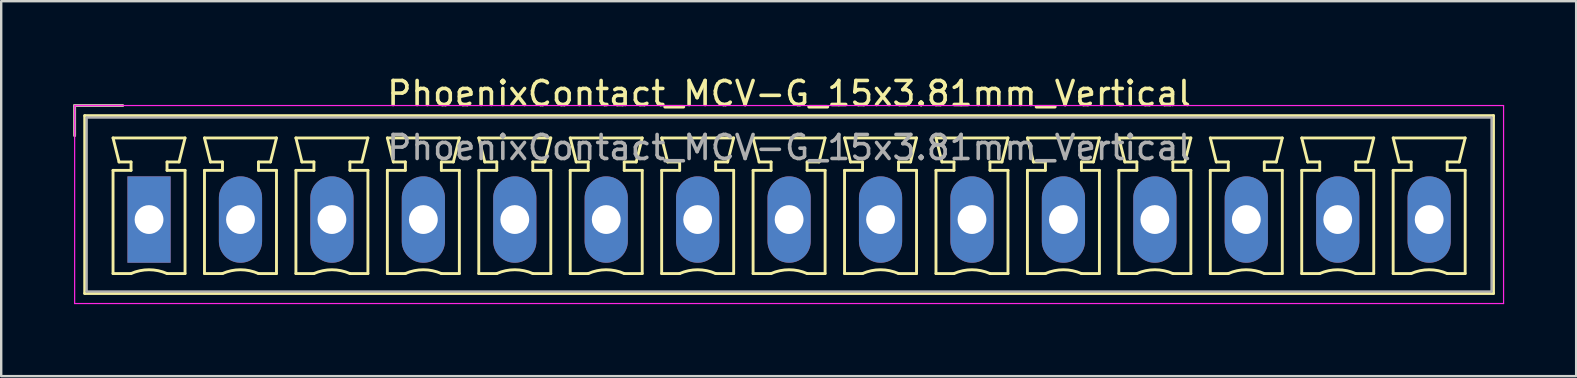
<source format=kicad_pcb>
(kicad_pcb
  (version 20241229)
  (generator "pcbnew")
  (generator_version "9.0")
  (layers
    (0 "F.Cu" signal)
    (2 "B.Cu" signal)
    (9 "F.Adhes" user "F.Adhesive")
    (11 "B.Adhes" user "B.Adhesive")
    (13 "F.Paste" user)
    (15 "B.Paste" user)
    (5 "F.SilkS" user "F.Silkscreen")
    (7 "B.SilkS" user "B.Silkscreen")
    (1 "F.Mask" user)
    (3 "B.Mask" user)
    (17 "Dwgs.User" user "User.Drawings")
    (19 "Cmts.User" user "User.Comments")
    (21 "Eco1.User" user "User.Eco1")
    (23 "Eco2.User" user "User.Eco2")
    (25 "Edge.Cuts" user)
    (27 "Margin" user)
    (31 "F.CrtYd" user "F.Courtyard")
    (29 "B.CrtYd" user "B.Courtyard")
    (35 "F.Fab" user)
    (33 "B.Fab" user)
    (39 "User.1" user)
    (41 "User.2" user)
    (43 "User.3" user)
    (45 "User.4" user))
  (footprint "PhoenixContact_MCV-G_15x3.81mm_Vertical"
    (layer "F.Cu")
    (at 3.16 6.098)
    (property "Reference" "PhoenixContact_MCV-G_15x3.81mm_Vertical" (at 26.67 -5.25 0) (layer "F.SilkS") (effects (font (size 1 1) (thickness 0.15))))
    (attr through_hole)
    (fp_line (start -3.1 -4.75) (end -1.1 -4.75) (stroke (width 0.12) (type solid)) (layer "F.SilkS"))
    (fp_line (start -3.1 -3.5) (end -3.1 -4.75) (stroke (width 0.12) (type solid)) (layer "F.SilkS"))
    (fp_line (start -2.68 -4.33) (end -2.68 3.08) (stroke (width 0.12) (type solid)) (layer "F.SilkS"))
    (fp_line (start -2.68 3.08) (end 56.02 3.08) (stroke (width 0.12) (type solid)) (layer "F.SilkS"))
    (fp_line (start -1.5 -3.4) (end 1.5 -3.4) (stroke (width 0.12) (type solid)) (layer "F.SilkS"))
    (fp_line (start -1.5 -2.05) (end -0.75 -2.05) (stroke (width 0.12) (type solid)) (layer "F.SilkS"))
    (fp_line (start -1.5 2.25) (end -1.5 -2.05) (stroke (width 0.12) (type solid)) (layer "F.SilkS"))
    (fp_line (start -1.25 -2.4) (end -1.5 -3.4) (stroke (width 0.12) (type solid)) (layer "F.SilkS"))
    (fp_line (start -0.75 -2.4) (end -1.25 -2.4) (stroke (width 0.12) (type solid)) (layer "F.SilkS"))
    (fp_line (start -0.75 -2.05) (end -0.75 -2.4) (stroke (width 0.12) (type solid)) (layer "F.SilkS"))
    (fp_line (start -0.75 2.25) (end -1.5 2.25) (stroke (width 0.12) (type solid)) (layer "F.SilkS"))
    (fp_line (start 0.75 -2.4) (end 0.75 -2.05) (stroke (width 0.12) (type solid)) (layer "F.SilkS"))
    (fp_line (start 0.75 -2.05) (end 1.5 -2.05) (stroke (width 0.12) (type solid)) (layer "F.SilkS"))
    (fp_line (start 1.25 -2.4) (end 0.75 -2.4) (stroke (width 0.12) (type solid)) (layer "F.SilkS"))
    (fp_line (start 1.5 -3.4) (end 1.25 -2.4) (stroke (width 0.12) (type solid)) (layer "F.SilkS"))
    (fp_line (start 1.5 -2.05) (end 1.5 2.25) (stroke (width 0.12) (type solid)) (layer "F.SilkS"))
    (fp_line (start 1.5 2.25) (end 0.75 2.25) (stroke (width 0.12) (type solid)) (layer "F.SilkS"))
    (fp_line (start 2.31 -3.4) (end 5.31 -3.4) (stroke (width 0.12) (type solid)) (layer "F.SilkS"))
    (fp_line (start 2.31 -2.05) (end 3.06 -2.05) (stroke (width 0.12) (type solid)) (layer "F.SilkS"))
    (fp_line (start 2.31 2.25) (end 2.31 -2.05) (stroke (width 0.12) (type solid)) (layer "F.SilkS"))
    (fp_line (start 2.56 -2.4) (end 2.31 -3.4) (stroke (width 0.12) (type solid)) (layer "F.SilkS"))
    (fp_line (start 3.06 -2.4) (end 2.56 -2.4) (stroke (width 0.12) (type solid)) (layer "F.SilkS"))
    (fp_line (start 3.06 -2.05) (end 3.06 -2.4) (stroke (width 0.12) (type solid)) (layer "F.SilkS"))
    (fp_line (start 3.06 2.25) (end 2.31 2.25) (stroke (width 0.12) (type solid)) (layer "F.SilkS"))
    (fp_line (start 4.56 -2.4) (end 4.56 -2.05) (stroke (width 0.12) (type solid)) (layer "F.SilkS"))
    (fp_line (start 4.56 -2.05) (end 5.31 -2.05) (stroke (width 0.12) (type solid)) (layer "F.SilkS"))
    (fp_line (start 5.06 -2.4) (end 4.56 -2.4) (stroke (width 0.12) (type solid)) (layer "F.SilkS"))
    (fp_line (start 5.31 -3.4) (end 5.06 -2.4) (stroke (width 0.12) (type solid)) (layer "F.SilkS"))
    (fp_line (start 5.31 -2.05) (end 5.31 2.25) (stroke (width 0.12) (type solid)) (layer "F.SilkS"))
    (fp_line (start 5.31 2.25) (end 4.56 2.25) (stroke (width 0.12) (type solid)) (layer "F.SilkS"))
    (fp_line (start 6.12 -3.4) (end 9.12 -3.4) (stroke (width 0.12) (type solid)) (layer "F.SilkS"))
    (fp_line (start 6.12 -2.05) (end 6.87 -2.05) (stroke (width 0.12) (type solid)) (layer "F.SilkS"))
    (fp_line (start 6.12 2.25) (end 6.12 -2.05) (stroke (width 0.12) (type solid)) (layer "F.SilkS"))
    (fp_line (start 6.37 -2.4) (end 6.12 -3.4) (stroke (width 0.12) (type solid)) (layer "F.SilkS"))
    (fp_line (start 6.87 -2.4) (end 6.37 -2.4) (stroke (width 0.12) (type solid)) (layer "F.SilkS"))
    (fp_line (start 6.87 -2.05) (end 6.87 -2.4) (stroke (width 0.12) (type solid)) (layer "F.SilkS"))
    (fp_line (start 6.87 2.25) (end 6.12 2.25) (stroke (width 0.12) (type solid)) (layer "F.SilkS"))
    (fp_line (start 8.37 -2.4) (end 8.37 -2.05) (stroke (width 0.12) (type solid)) (layer "F.SilkS"))
    (fp_line (start 8.37 -2.05) (end 9.12 -2.05) (stroke (width 0.12) (type solid)) (layer "F.SilkS"))
    (fp_line (start 8.87 -2.4) (end 8.37 -2.4) (stroke (width 0.12) (type solid)) (layer "F.SilkS"))
    (fp_line (start 9.12 -3.4) (end 8.87 -2.4) (stroke (width 0.12) (type solid)) (layer "F.SilkS"))
    (fp_line (start 9.12 -2.05) (end 9.12 2.25) (stroke (width 0.12) (type solid)) (layer "F.SilkS"))
    (fp_line (start 9.12 2.25) (end 8.37 2.25) (stroke (width 0.12) (type solid)) (layer "F.SilkS"))
    (fp_line (start 9.93 -3.4) (end 12.93 -3.4) (stroke (width 0.12) (type solid)) (layer "F.SilkS"))
    (fp_line (start 9.93 -2.05) (end 10.68 -2.05) (stroke (width 0.12) (type solid)) (layer "F.SilkS"))
    (fp_line (start 9.93 2.25) (end 9.93 -2.05) (stroke (width 0.12) (type solid)) (layer "F.SilkS"))
    (fp_line (start 10.18 -2.4) (end 9.93 -3.4) (stroke (width 0.12) (type solid)) (layer "F.SilkS"))
    (fp_line (start 10.68 -2.4) (end 10.18 -2.4) (stroke (width 0.12) (type solid)) (layer "F.SilkS"))
    (fp_line (start 10.68 -2.05) (end 10.68 -2.4) (stroke (width 0.12) (type solid)) (layer "F.SilkS"))
    (fp_line (start 10.68 2.25) (end 9.93 2.25) (stroke (width 0.12) (type solid)) (layer "F.SilkS"))
    (fp_line (start 12.18 -2.4) (end 12.18 -2.05) (stroke (width 0.12) (type solid)) (layer "F.SilkS"))
    (fp_line (start 12.18 -2.05) (end 12.93 -2.05) (stroke (width 0.12) (type solid)) (layer "F.SilkS"))
    (fp_line (start 12.68 -2.4) (end 12.18 -2.4) (stroke (width 0.12) (type solid)) (layer "F.SilkS"))
    (fp_line (start 12.93 -3.4) (end 12.68 -2.4) (stroke (width 0.12) (type solid)) (layer "F.SilkS"))
    (fp_line (start 12.93 -2.05) (end 12.93 2.25) (stroke (width 0.12) (type solid)) (layer "F.SilkS"))
    (fp_line (start 12.93 2.25) (end 12.18 2.25) (stroke (width 0.12) (type solid)) (layer "F.SilkS"))
    (fp_line (start 13.74 -3.4) (end 16.74 -3.4) (stroke (width 0.12) (type solid)) (layer "F.SilkS"))
    (fp_line (start 13.74 -2.05) (end 14.49 -2.05) (stroke (width 0.12) (type solid)) (layer "F.SilkS"))
    (fp_line (start 13.74 2.25) (end 13.74 -2.05) (stroke (width 0.12) (type solid)) (layer "F.SilkS"))
    (fp_line (start 13.99 -2.4) (end 13.74 -3.4) (stroke (width 0.12) (type solid)) (layer "F.SilkS"))
    (fp_line (start 14.49 -2.4) (end 13.99 -2.4) (stroke (width 0.12) (type solid)) (layer "F.SilkS"))
    (fp_line (start 14.49 -2.05) (end 14.49 -2.4) (stroke (width 0.12) (type solid)) (layer "F.SilkS"))
    (fp_line (start 14.49 2.25) (end 13.74 2.25) (stroke (width 0.12) (type solid)) (layer "F.SilkS"))
    (fp_line (start 15.99 -2.4) (end 15.99 -2.05) (stroke (width 0.12) (type solid)) (layer "F.SilkS"))
    (fp_line (start 15.99 -2.05) (end 16.74 -2.05) (stroke (width 0.12) (type solid)) (layer "F.SilkS"))
    (fp_line (start 16.49 -2.4) (end 15.99 -2.4) (stroke (width 0.12) (type solid)) (layer "F.SilkS"))
    (fp_line (start 16.74 -3.4) (end 16.49 -2.4) (stroke (width 0.12) (type solid)) (layer "F.SilkS"))
    (fp_line (start 16.74 -2.05) (end 16.74 2.25) (stroke (width 0.12) (type solid)) (layer "F.SilkS"))
    (fp_line (start 16.74 2.25) (end 15.99 2.25) (stroke (width 0.12) (type solid)) (layer "F.SilkS"))
    (fp_line (start 17.55 -3.4) (end 20.55 -3.4) (stroke (width 0.12) (type solid)) (layer "F.SilkS"))
    (fp_line (start 17.55 -2.05) (end 18.3 -2.05) (stroke (width 0.12) (type solid)) (layer "F.SilkS"))
    (fp_line (start 17.55 2.25) (end 17.55 -2.05) (stroke (width 0.12) (type solid)) (layer "F.SilkS"))
    (fp_line (start 17.8 -2.4) (end 17.55 -3.4) (stroke (width 0.12) (type solid)) (layer "F.SilkS"))
    (fp_line (start 18.3 -2.4) (end 17.8 -2.4) (stroke (width 0.12) (type solid)) (layer "F.SilkS"))
    (fp_line (start 18.3 -2.05) (end 18.3 -2.4) (stroke (width 0.12) (type solid)) (layer "F.SilkS"))
    (fp_line (start 18.3 2.25) (end 17.55 2.25) (stroke (width 0.12) (type solid)) (layer "F.SilkS"))
    (fp_line (start 19.8 -2.4) (end 19.8 -2.05) (stroke (width 0.12) (type solid)) (layer "F.SilkS"))
    (fp_line (start 19.8 -2.05) (end 20.55 -2.05) (stroke (width 0.12) (type solid)) (layer "F.SilkS"))
    (fp_line (start 20.3 -2.4) (end 19.8 -2.4) (stroke (width 0.12) (type solid)) (layer "F.SilkS"))
    (fp_line (start 20.55 -3.4) (end 20.3 -2.4) (stroke (width 0.12) (type solid)) (layer "F.SilkS"))
    (fp_line (start 20.55 -2.05) (end 20.55 2.25) (stroke (width 0.12) (type solid)) (layer "F.SilkS"))
    (fp_line (start 20.55 2.25) (end 19.8 2.25) (stroke (width 0.12) (type solid)) (layer "F.SilkS"))
    (fp_line (start 21.36 -3.4) (end 24.36 -3.4) (stroke (width 0.12) (type solid)) (layer "F.SilkS"))
    (fp_line (start 21.36 -2.05) (end 22.11 -2.05) (stroke (width 0.12) (type solid)) (layer "F.SilkS"))
    (fp_line (start 21.36 2.25) (end 21.36 -2.05) (stroke (width 0.12) (type solid)) (layer "F.SilkS"))
    (fp_line (start 21.61 -2.4) (end 21.36 -3.4) (stroke (width 0.12) (type solid)) (layer "F.SilkS"))
    (fp_line (start 22.11 -2.4) (end 21.61 -2.4) (stroke (width 0.12) (type solid)) (layer "F.SilkS"))
    (fp_line (start 22.11 -2.05) (end 22.11 -2.4) (stroke (width 0.12) (type solid)) (layer "F.SilkS"))
    (fp_line (start 22.11 2.25) (end 21.36 2.25) (stroke (width 0.12) (type solid)) (layer "F.SilkS"))
    (fp_line (start 23.61 -2.4) (end 23.61 -2.05) (stroke (width 0.12) (type solid)) (layer "F.SilkS"))
    (fp_line (start 23.61 -2.05) (end 24.36 -2.05) (stroke (width 0.12) (type solid)) (layer "F.SilkS"))
    (fp_line (start 24.11 -2.4) (end 23.61 -2.4) (stroke (width 0.12) (type solid)) (layer "F.SilkS"))
    (fp_line (start 24.36 -3.4) (end 24.11 -2.4) (stroke (width 0.12) (type solid)) (layer "F.SilkS"))
    (fp_line (start 24.36 -2.05) (end 24.36 2.25) (stroke (width 0.12) (type solid)) (layer "F.SilkS"))
    (fp_line (start 24.36 2.25) (end 23.61 2.25) (stroke (width 0.12) (type solid)) (layer "F.SilkS"))
    (fp_line (start 25.17 -3.4) (end 28.17 -3.4) (stroke (width 0.12) (type solid)) (layer "F.SilkS"))
    (fp_line (start 25.17 -2.05) (end 25.92 -2.05) (stroke (width 0.12) (type solid)) (layer "F.SilkS"))
    (fp_line (start 25.17 2.25) (end 25.17 -2.05) (stroke (width 0.12) (type solid)) (layer "F.SilkS"))
    (fp_line (start 25.42 -2.4) (end 25.17 -3.4) (stroke (width 0.12) (type solid)) (layer "F.SilkS"))
    (fp_line (start 25.92 -2.4) (end 25.42 -2.4) (stroke (width 0.12) (type solid)) (layer "F.SilkS"))
    (fp_line (start 25.92 -2.05) (end 25.92 -2.4) (stroke (width 0.12) (type solid)) (layer "F.SilkS"))
    (fp_line (start 25.92 2.25) (end 25.17 2.25) (stroke (width 0.12) (type solid)) (layer "F.SilkS"))
    (fp_line (start 27.42 -2.4) (end 27.42 -2.05) (stroke (width 0.12) (type solid)) (layer "F.SilkS"))
    (fp_line (start 27.42 -2.05) (end 28.17 -2.05) (stroke (width 0.12) (type solid)) (layer "F.SilkS"))
    (fp_line (start 27.92 -2.4) (end 27.42 -2.4) (stroke (width 0.12) (type solid)) (layer "F.SilkS"))
    (fp_line (start 28.17 -3.4) (end 27.92 -2.4) (stroke (width 0.12) (type solid)) (layer "F.SilkS"))
    (fp_line (start 28.17 -2.05) (end 28.17 2.25) (stroke (width 0.12) (type solid)) (layer "F.SilkS"))
    (fp_line (start 28.17 2.25) (end 27.42 2.25) (stroke (width 0.12) (type solid)) (layer "F.SilkS"))
    (fp_line (start 28.98 -3.4) (end 31.98 -3.4) (stroke (width 0.12) (type solid)) (layer "F.SilkS"))
    (fp_line (start 28.98 -2.05) (end 29.73 -2.05) (stroke (width 0.12) (type solid)) (layer "F.SilkS"))
    (fp_line (start 28.98 2.25) (end 28.98 -2.05) (stroke (width 0.12) (type solid)) (layer "F.SilkS"))
    (fp_line (start 29.23 -2.4) (end 28.98 -3.4) (stroke (width 0.12) (type solid)) (layer "F.SilkS"))
    (fp_line (start 29.73 -2.4) (end 29.23 -2.4) (stroke (width 0.12) (type solid)) (layer "F.SilkS"))
    (fp_line (start 29.73 -2.05) (end 29.73 -2.4) (stroke (width 0.12) (type solid)) (layer "F.SilkS"))
    (fp_line (start 29.73 2.25) (end 28.98 2.25) (stroke (width 0.12) (type solid)) (layer "F.SilkS"))
    (fp_line (start 31.23 -2.4) (end 31.23 -2.05) (stroke (width 0.12) (type solid)) (layer "F.SilkS"))
    (fp_line (start 31.23 -2.05) (end 31.98 -2.05) (stroke (width 0.12) (type solid)) (layer "F.SilkS"))
    (fp_line (start 31.73 -2.4) (end 31.23 -2.4) (stroke (width 0.12) (type solid)) (layer "F.SilkS"))
    (fp_line (start 31.98 -3.4) (end 31.73 -2.4) (stroke (width 0.12) (type solid)) (layer "F.SilkS"))
    (fp_line (start 31.98 -2.05) (end 31.98 2.25) (stroke (width 0.12) (type solid)) (layer "F.SilkS"))
    (fp_line (start 31.98 2.25) (end 31.23 2.25) (stroke (width 0.12) (type solid)) (layer "F.SilkS"))
    (fp_line (start 32.79 -3.4) (end 35.79 -3.4) (stroke (width 0.12) (type solid)) (layer "F.SilkS"))
    (fp_line (start 32.79 -2.05) (end 33.54 -2.05) (stroke (width 0.12) (type solid)) (layer "F.SilkS"))
    (fp_line (start 32.79 2.25) (end 32.79 -2.05) (stroke (width 0.12) (type solid)) (layer "F.SilkS"))
    (fp_line (start 33.04 -2.4) (end 32.79 -3.4) (stroke (width 0.12) (type solid)) (layer "F.SilkS"))
    (fp_line (start 33.54 -2.4) (end 33.04 -2.4) (stroke (width 0.12) (type solid)) (layer "F.SilkS"))
    (fp_line (start 33.54 -2.05) (end 33.54 -2.4) (stroke (width 0.12) (type solid)) (layer "F.SilkS"))
    (fp_line (start 33.54 2.25) (end 32.79 2.25) (stroke (width 0.12) (type solid)) (layer "F.SilkS"))
    (fp_line (start 35.04 -2.4) (end 35.04 -2.05) (stroke (width 0.12) (type solid)) (layer "F.SilkS"))
    (fp_line (start 35.04 -2.05) (end 35.79 -2.05) (stroke (width 0.12) (type solid)) (layer "F.SilkS"))
    (fp_line (start 35.54 -2.4) (end 35.04 -2.4) (stroke (width 0.12) (type solid)) (layer "F.SilkS"))
    (fp_line (start 35.79 -3.4) (end 35.54 -2.4) (stroke (width 0.12) (type solid)) (layer "F.SilkS"))
    (fp_line (start 35.79 -2.05) (end 35.79 2.25) (stroke (width 0.12) (type solid)) (layer "F.SilkS"))
    (fp_line (start 35.79 2.25) (end 35.04 2.25) (stroke (width 0.12) (type solid)) (layer "F.SilkS"))
    (fp_line (start 36.6 -3.4) (end 39.6 -3.4) (stroke (width 0.12) (type solid)) (layer "F.SilkS"))
    (fp_line (start 36.6 -2.05) (end 37.35 -2.05) (stroke (width 0.12) (type solid)) (layer "F.SilkS"))
    (fp_line (start 36.6 2.25) (end 36.6 -2.05) (stroke (width 0.12) (type solid)) (layer "F.SilkS"))
    (fp_line (start 36.85 -2.4) (end 36.6 -3.4) (stroke (width 0.12) (type solid)) (layer "F.SilkS"))
    (fp_line (start 37.35 -2.4) (end 36.85 -2.4) (stroke (width 0.12) (type solid)) (layer "F.SilkS"))
    (fp_line (start 37.35 -2.05) (end 37.35 -2.4) (stroke (width 0.12) (type solid)) (layer "F.SilkS"))
    (fp_line (start 37.35 2.25) (end 36.6 2.25) (stroke (width 0.12) (type solid)) (layer "F.SilkS"))
    (fp_line (start 38.85 -2.4) (end 38.85 -2.05) (stroke (width 0.12) (type solid)) (layer "F.SilkS"))
    (fp_line (start 38.85 -2.05) (end 39.6 -2.05) (stroke (width 0.12) (type solid)) (layer "F.SilkS"))
    (fp_line (start 39.35 -2.4) (end 38.85 -2.4) (stroke (width 0.12) (type solid)) (layer "F.SilkS"))
    (fp_line (start 39.6 -3.4) (end 39.35 -2.4) (stroke (width 0.12) (type solid)) (layer "F.SilkS"))
    (fp_line (start 39.6 -2.05) (end 39.6 2.25) (stroke (width 0.12) (type solid)) (layer "F.SilkS"))
    (fp_line (start 39.6 2.25) (end 38.85 2.25) (stroke (width 0.12) (type solid)) (layer "F.SilkS"))
    (fp_line (start 40.41 -3.4) (end 43.41 -3.4) (stroke (width 0.12) (type solid)) (layer "F.SilkS"))
    (fp_line (start 40.41 -2.05) (end 41.16 -2.05) (stroke (width 0.12) (type solid)) (layer "F.SilkS"))
    (fp_line (start 40.41 2.25) (end 40.41 -2.05) (stroke (width 0.12) (type solid)) (layer "F.SilkS"))
    (fp_line (start 40.66 -2.4) (end 40.41 -3.4) (stroke (width 0.12) (type solid)) (layer "F.SilkS"))
    (fp_line (start 41.16 -2.4) (end 40.66 -2.4) (stroke (width 0.12) (type solid)) (layer "F.SilkS"))
    (fp_line (start 41.16 -2.05) (end 41.16 -2.4) (stroke (width 0.12) (type solid)) (layer "F.SilkS"))
    (fp_line (start 41.16 2.25) (end 40.41 2.25) (stroke (width 0.12) (type solid)) (layer "F.SilkS"))
    (fp_line (start 42.66 -2.4) (end 42.66 -2.05) (stroke (width 0.12) (type solid)) (layer "F.SilkS"))
    (fp_line (start 42.66 -2.05) (end 43.41 -2.05) (stroke (width 0.12) (type solid)) (layer "F.SilkS"))
    (fp_line (start 43.16 -2.4) (end 42.66 -2.4) (stroke (width 0.12) (type solid)) (layer "F.SilkS"))
    (fp_line (start 43.41 -3.4) (end 43.16 -2.4) (stroke (width 0.12) (type solid)) (layer "F.SilkS"))
    (fp_line (start 43.41 -2.05) (end 43.41 2.25) (stroke (width 0.12) (type solid)) (layer "F.SilkS"))
    (fp_line (start 43.41 2.25) (end 42.66 2.25) (stroke (width 0.12) (type solid)) (layer "F.SilkS"))
    (fp_line (start 44.22 -3.4) (end 47.22 -3.4) (stroke (width 0.12) (type solid)) (layer "F.SilkS"))
    (fp_line (start 44.22 -2.05) (end 44.97 -2.05) (stroke (width 0.12) (type solid)) (layer "F.SilkS"))
    (fp_line (start 44.22 2.25) (end 44.22 -2.05) (stroke (width 0.12) (type solid)) (layer "F.SilkS"))
    (fp_line (start 44.47 -2.4) (end 44.22 -3.4) (stroke (width 0.12) (type solid)) (layer "F.SilkS"))
    (fp_line (start 44.97 -2.4) (end 44.47 -2.4) (stroke (width 0.12) (type solid)) (layer "F.SilkS"))
    (fp_line (start 44.97 -2.05) (end 44.97 -2.4) (stroke (width 0.12) (type solid)) (layer "F.SilkS"))
    (fp_line (start 44.97 2.25) (end 44.22 2.25) (stroke (width 0.12) (type solid)) (layer "F.SilkS"))
    (fp_line (start 46.47 -2.4) (end 46.47 -2.05) (stroke (width 0.12) (type solid)) (layer "F.SilkS"))
    (fp_line (start 46.47 -2.05) (end 47.22 -2.05) (stroke (width 0.12) (type solid)) (layer "F.SilkS"))
    (fp_line (start 46.97 -2.4) (end 46.47 -2.4) (stroke (width 0.12) (type solid)) (layer "F.SilkS"))
    (fp_line (start 47.22 -3.4) (end 46.97 -2.4) (stroke (width 0.12) (type solid)) (layer "F.SilkS"))
    (fp_line (start 47.22 -2.05) (end 47.22 2.25) (stroke (width 0.12) (type solid)) (layer "F.SilkS"))
    (fp_line (start 47.22 2.25) (end 46.47 2.25) (stroke (width 0.12) (type solid)) (layer "F.SilkS"))
    (fp_line (start 48.03 -3.4) (end 51.03 -3.4) (stroke (width 0.12) (type solid)) (layer "F.SilkS"))
    (fp_line (start 48.03 -2.05) (end 48.78 -2.05) (stroke (width 0.12) (type solid)) (layer "F.SilkS"))
    (fp_line (start 48.03 2.25) (end 48.03 -2.05) (stroke (width 0.12) (type solid)) (layer "F.SilkS"))
    (fp_line (start 48.28 -2.4) (end 48.03 -3.4) (stroke (width 0.12) (type solid)) (layer "F.SilkS"))
    (fp_line (start 48.78 -2.4) (end 48.28 -2.4) (stroke (width 0.12) (type solid)) (layer "F.SilkS"))
    (fp_line (start 48.78 -2.05) (end 48.78 -2.4) (stroke (width 0.12) (type solid)) (layer "F.SilkS"))
    (fp_line (start 48.78 2.25) (end 48.03 2.25) (stroke (width 0.12) (type solid)) (layer "F.SilkS"))
    (fp_line (start 50.28 -2.4) (end 50.28 -2.05) (stroke (width 0.12) (type solid)) (layer "F.SilkS"))
    (fp_line (start 50.28 -2.05) (end 51.03 -2.05) (stroke (width 0.12) (type solid)) (layer "F.SilkS"))
    (fp_line (start 50.78 -2.4) (end 50.28 -2.4) (stroke (width 0.12) (type solid)) (layer "F.SilkS"))
    (fp_line (start 51.03 -3.4) (end 50.78 -2.4) (stroke (width 0.12) (type solid)) (layer "F.SilkS"))
    (fp_line (start 51.03 -2.05) (end 51.03 2.25) (stroke (width 0.12) (type solid)) (layer "F.SilkS"))
    (fp_line (start 51.03 2.25) (end 50.28 2.25) (stroke (width 0.12) (type solid)) (layer "F.SilkS"))
    (fp_line (start 51.84 -3.4) (end 54.84 -3.4) (stroke (width 0.12) (type solid)) (layer "F.SilkS"))
    (fp_line (start 51.84 -2.05) (end 52.59 -2.05) (stroke (width 0.12) (type solid)) (layer "F.SilkS"))
    (fp_line (start 51.84 2.25) (end 51.84 -2.05) (stroke (width 0.12) (type solid)) (layer "F.SilkS"))
    (fp_line (start 52.09 -2.4) (end 51.84 -3.4) (stroke (width 0.12) (type solid)) (layer "F.SilkS"))
    (fp_line (start 52.59 -2.4) (end 52.09 -2.4) (stroke (width 0.12) (type solid)) (layer "F.SilkS"))
    (fp_line (start 52.59 -2.05) (end 52.59 -2.4) (stroke (width 0.12) (type solid)) (layer "F.SilkS"))
    (fp_line (start 52.59 2.25) (end 51.84 2.25) (stroke (width 0.12) (type solid)) (layer "F.SilkS"))
    (fp_line (start 54.09 -2.4) (end 54.09 -2.05) (stroke (width 0.12) (type solid)) (layer "F.SilkS"))
    (fp_line (start 54.09 -2.05) (end 54.84 -2.05) (stroke (width 0.12) (type solid)) (layer "F.SilkS"))
    (fp_line (start 54.59 -2.4) (end 54.09 -2.4) (stroke (width 0.12) (type solid)) (layer "F.SilkS"))
    (fp_line (start 54.84 -3.4) (end 54.59 -2.4) (stroke (width 0.12) (type solid)) (layer "F.SilkS"))
    (fp_line (start 54.84 -2.05) (end 54.84 2.25) (stroke (width 0.12) (type solid)) (layer "F.SilkS"))
    (fp_line (start 54.84 2.25) (end 54.09 2.25) (stroke (width 0.12) (type solid)) (layer "F.SilkS"))
    (fp_line (start 56.02 -4.33) (end -2.68 -4.33) (stroke (width 0.12) (type solid)) (layer "F.SilkS"))
    (fp_line (start 56.02 3.08) (end 56.02 -4.33) (stroke (width 0.12) (type solid)) (layer "F.SilkS"))
    (fp_arc (start -0.75 2.25) (mid -0.000193 2.09191) (end 0.749647 2.249844) (stroke (width 0.12) (type solid)) (layer "F.SilkS"))
    (fp_arc (start 3.06 2.25) (mid 3.809807 2.09191) (end 4.559647 2.249844) (stroke (width 0.12) (type solid)) (layer "F.SilkS"))
    (fp_arc (start 6.87 2.25) (mid 7.619807 2.09191) (end 8.369647 2.249844) (stroke (width 0.12) (type solid)) (layer "F.SilkS"))
    (fp_arc (start 10.68 2.25) (mid 11.429807 2.09191) (end 12.179647 2.249844) (stroke (width 0.12) (type solid)) (layer "F.SilkS"))
    (fp_arc (start 14.49 2.25) (mid 15.239807 2.09191) (end 15.989647 2.249844) (stroke (width 0.12) (type solid)) (layer "F.SilkS"))
    (fp_arc (start 18.3 2.25) (mid 19.049807 2.09191) (end 19.799647 2.249844) (stroke (width 0.12) (type solid)) (layer "F.SilkS"))
    (fp_arc (start 22.11 2.25) (mid 22.859807 2.09191) (end 23.609647 2.249844) (stroke (width 0.12) (type solid)) (layer "F.SilkS"))
    (fp_arc (start 25.92 2.25) (mid 26.669807 2.09191) (end 27.419647 2.249844) (stroke (width 0.12) (type solid)) (layer "F.SilkS"))
    (fp_arc (start 29.73 2.25) (mid 30.479807 2.09191) (end 31.229647 2.249844) (stroke (width 0.12) (type solid)) (layer "F.SilkS"))
    (fp_arc (start 33.54 2.25) (mid 34.289807 2.09191) (end 35.039647 2.249844) (stroke (width 0.12) (type solid)) (layer "F.SilkS"))
    (fp_arc (start 37.35 2.25) (mid 38.099807 2.09191) (end 38.849647 2.249844) (stroke (width 0.12) (type solid)) (layer "F.SilkS"))
    (fp_arc (start 41.16 2.25) (mid 41.909807 2.09191) (end 42.659647 2.249844) (stroke (width 0.12) (type solid)) (layer "F.SilkS"))
    (fp_arc (start 44.97 2.25) (mid 45.719807 2.09191) (end 46.469647 2.249844) (stroke (width 0.12) (type solid)) (layer "F.SilkS"))
    (fp_arc (start 48.78 2.25) (mid 49.529807 2.09191) (end 50.279647 2.249844) (stroke (width 0.12) (type solid)) (layer "F.SilkS"))
    (fp_arc (start 52.59 2.25) (mid 53.339807 2.09191) (end 54.089647 2.249844) (stroke (width 0.12) (type solid)) (layer "F.SilkS"))
    (fp_line (start -3.1 -4.75) (end -3.1 3.5) (stroke (width 0.05) (type solid)) (layer "F.CrtYd"))
    (fp_line (start -3.1 3.5) (end 56.44 3.5) (stroke (width 0.05) (type solid)) (layer "F.CrtYd"))
    (fp_line (start 56.44 -4.75) (end -3.1 -4.75) (stroke (width 0.05) (type solid)) (layer "F.CrtYd"))
    (fp_line (start 56.44 3.5) (end 56.44 -4.75) (stroke (width 0.05) (type solid)) (layer "F.CrtYd"))
    (fp_line (start -3.1 -4.75) (end -1.1 -4.75) (stroke (width 0.1) (type solid)) (layer "F.Fab"))
    (fp_line (start -3.1 -3.5) (end -3.1 -4.75) (stroke (width 0.1) (type solid)) (layer "F.Fab"))
    (fp_line (start -2.6 -4.25) (end -2.6 3) (stroke (width 0.1) (type solid)) (layer "F.Fab"))
    (fp_line (start -2.6 3) (end 55.94 3) (stroke (width 0.1) (type solid)) (layer "F.Fab"))
    (fp_line (start 55.94 -4.25) (end -2.6 -4.25) (stroke (width 0.1) (type solid)) (layer "F.Fab"))
    (fp_line (start 55.94 3) (end 55.94 -4.25) (stroke (width 0.1) (type solid)) (layer "F.Fab"))
    (fp_text user "${REFERENCE}" (at 26.67 -3 0) (layer "F.Fab") (effects (font (size 1 1) (thickness 0.15))))
    (pad "1" thru_hole rect (at 0 0) (size 1.8 3.6) (drill 1.2) (layers "*.Cu" "*.Mask"))
    (pad "2" thru_hole oval (at 3.81 0) (size 1.8 3.6) (drill 1.2) (layers "*.Cu" "*.Mask"))
    (pad "3" thru_hole oval (at 7.62 0) (size 1.8 3.6) (drill 1.2) (layers "*.Cu" "*.Mask"))
    (pad "4" thru_hole oval (at 11.43 0) (size 1.8 3.6) (drill 1.2) (layers "*.Cu" "*.Mask"))
    (pad "5" thru_hole oval (at 15.24 0) (size 1.8 3.6) (drill 1.2) (layers "*.Cu" "*.Mask"))
    (pad "6" thru_hole oval (at 19.05 0) (size 1.8 3.6) (drill 1.2) (layers "*.Cu" "*.Mask"))
    (pad "7" thru_hole oval (at 22.86 0) (size 1.8 3.6) (drill 1.2) (layers "*.Cu" "*.Mask"))
    (pad "8" thru_hole oval (at 26.67 0) (size 1.8 3.6) (drill 1.2) (layers "*.Cu" "*.Mask"))
    (pad "9" thru_hole oval (at 30.48 0) (size 1.8 3.6) (drill 1.2) (layers "*.Cu" "*.Mask"))
    (pad "10" thru_hole oval (at 34.29 0) (size 1.8 3.6) (drill 1.2) (layers "*.Cu" "*.Mask"))
    (pad "11" thru_hole oval (at 38.1 0) (size 1.8 3.6) (drill 1.2) (layers "*.Cu" "*.Mask"))
    (pad "12" thru_hole oval (at 41.91 0) (size 1.8 3.6) (drill 1.2) (layers "*.Cu" "*.Mask"))
    (pad "13" thru_hole oval (at 45.72 0) (size 1.8 3.6) (drill 1.2) (layers "*.Cu" "*.Mask"))
    (pad "14" thru_hole oval (at 49.53 0) (size 1.8 3.6) (drill 1.2) (layers "*.Cu" "*.Mask"))
    (pad "15" thru_hole oval (at 53.34 0) (size 1.8 3.6) (drill 1.2) (layers "*.Cu" "*.Mask")))
  (gr_rect
    (start -3 -3)
    (end 62.625 12.623)
    (stroke (width 0.1) (type default))
    (fill no)
    (layer "Edge.Cuts")))
</source>
